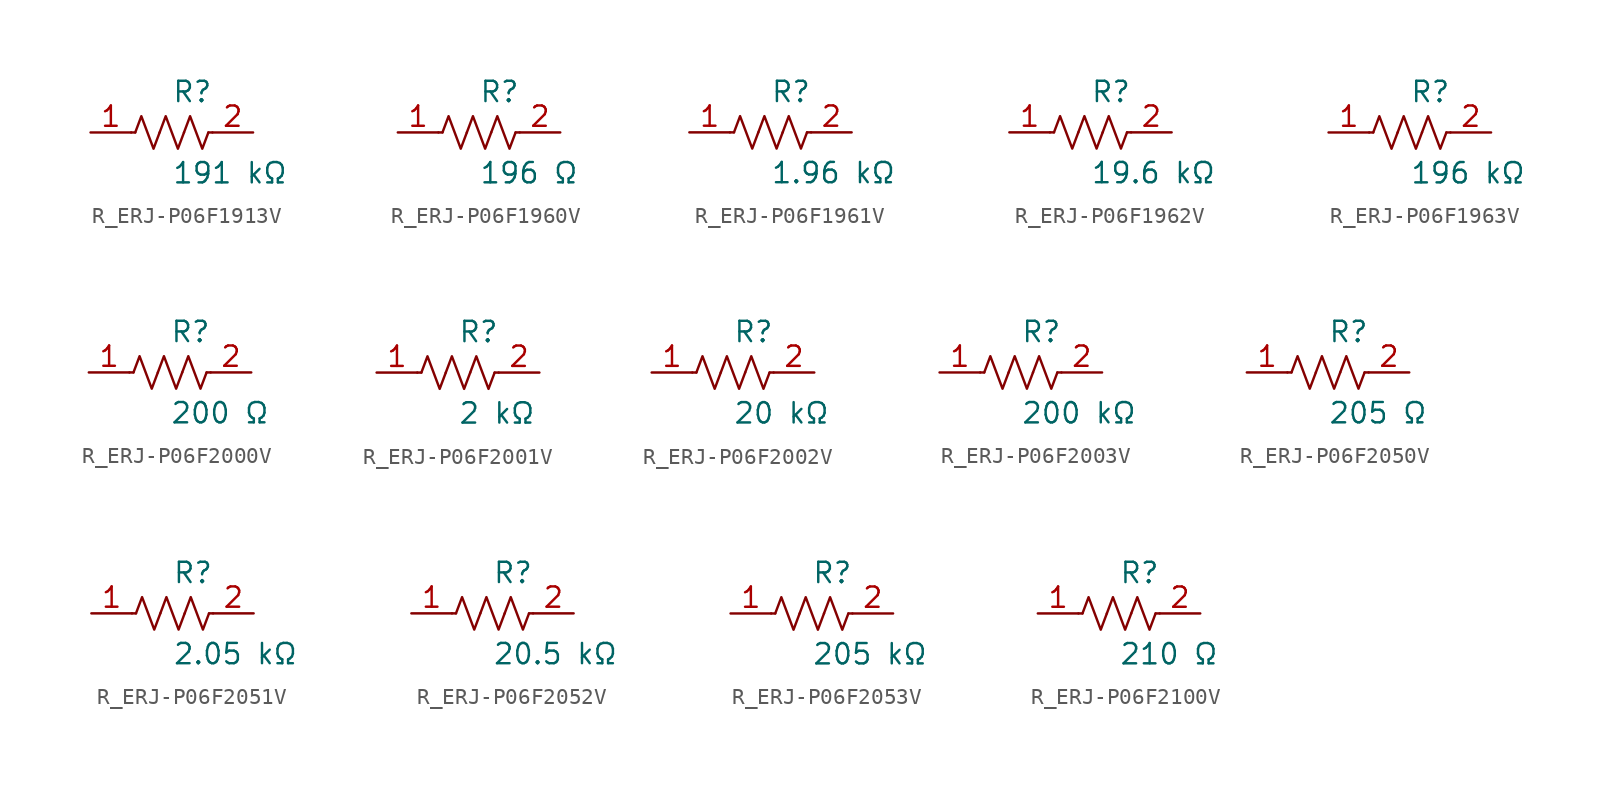
<source format=kicad_sym>
(kicad_symbol_lib
  (version 20231120)
  (generator kicad_symbol_editor)
  (generator_version 8.0)
  (symbol "R_ERJ-P06F1913V"
    (pin_names
      (offset 0.254))
    (property "Reference" "R"
      (at 0 2.54 0)
      (effects (font (size 1.27 1.27)) (justify left)))
    (property "Value" "191 kΩ"
      (at 0 -2.54 0)
      (effects (font (size 1.27 1.27)) (justify left)))
    (symbol "R_ERJ-P06F1913V_0_1"
      (polyline (pts (xy 2.286 0) (xy 2.54 0)) (stroke (width 0) (type default)) (fill (type none)))
      (polyline (pts (xy -2.286 0) (xy -2.54 0)) (stroke (width 0) (type default)) (fill (type none)))
      (polyline (pts (xy 0.762 0) (xy 1.143 1.016) (xy 1.524 0) (xy 1.905 -1.016) (xy 2.286 0)) (stroke (width 0) (type default)) (fill (type none)))
      (polyline (pts (xy -0.762 0) (xy -0.381 1.016) (xy 0 0) (xy 0.381 -1.016) (xy 0.762 0)) (stroke (width 0) (type default)) (fill (type none)))
      (polyline (pts (xy -2.286 0) (xy -1.905 1.016) (xy -1.524 0) (xy -1.143 -1.016) (xy -0.762 0)) (stroke (width 0) (type default)) (fill (type none))))
    (pin passive line
      (at -5.08 0 0)
      (length 2.54)
      (name "" (effects (font (size 1.27 1.27))))
      (number "1" (effects (font (size 1.27 1.27)))))
    (pin passive line
      (at 5.08 0 180)
      (length 2.54)
      (name "" (effects (font (size 1.27 1.27))))
      (number "2" (effects (font (size 1.27 1.27))))))
  (symbol "R_ERJ-P06F1960V"
    (pin_names
      (offset 0.254))
    (property "Reference" "R"
      (at 0 2.54 0)
      (effects (font (size 1.27 1.27)) (justify left)))
    (property "Value" "196 Ω"
      (at 0 -2.54 0)
      (effects (font (size 1.27 1.27)) (justify left)))
    (symbol "R_ERJ-P06F1960V_0_1"
      (polyline (pts (xy 2.286 0) (xy 2.54 0)) (stroke (width 0) (type default)) (fill (type none)))
      (polyline (pts (xy -2.286 0) (xy -2.54 0)) (stroke (width 0) (type default)) (fill (type none)))
      (polyline (pts (xy 0.762 0) (xy 1.143 1.016) (xy 1.524 0) (xy 1.905 -1.016) (xy 2.286 0)) (stroke (width 0) (type default)) (fill (type none)))
      (polyline (pts (xy -0.762 0) (xy -0.381 1.016) (xy 0 0) (xy 0.381 -1.016) (xy 0.762 0)) (stroke (width 0) (type default)) (fill (type none)))
      (polyline (pts (xy -2.286 0) (xy -1.905 1.016) (xy -1.524 0) (xy -1.143 -1.016) (xy -0.762 0)) (stroke (width 0) (type default)) (fill (type none))))
    (pin passive line
      (at -5.08 0 0)
      (length 2.54)
      (name "" (effects (font (size 1.27 1.27))))
      (number "1" (effects (font (size 1.27 1.27)))))
    (pin passive line
      (at 5.08 0 180)
      (length 2.54)
      (name "" (effects (font (size 1.27 1.27))))
      (number "2" (effects (font (size 1.27 1.27))))))
  (symbol "R_ERJ-P06F1961V"
    (pin_names
      (offset 0.254))
    (property "Reference" "R"
      (at 0 2.54 0)
      (effects (font (size 1.27 1.27)) (justify left)))
    (property "Value" "1.96 kΩ"
      (at 0 -2.54 0)
      (effects (font (size 1.27 1.27)) (justify left)))
    (symbol "R_ERJ-P06F1961V_0_1"
      (polyline (pts (xy 2.286 0) (xy 2.54 0)) (stroke (width 0) (type default)) (fill (type none)))
      (polyline (pts (xy -2.286 0) (xy -2.54 0)) (stroke (width 0) (type default)) (fill (type none)))
      (polyline (pts (xy 0.762 0) (xy 1.143 1.016) (xy 1.524 0) (xy 1.905 -1.016) (xy 2.286 0)) (stroke (width 0) (type default)) (fill (type none)))
      (polyline (pts (xy -0.762 0) (xy -0.381 1.016) (xy 0 0) (xy 0.381 -1.016) (xy 0.762 0)) (stroke (width 0) (type default)) (fill (type none)))
      (polyline (pts (xy -2.286 0) (xy -1.905 1.016) (xy -1.524 0) (xy -1.143 -1.016) (xy -0.762 0)) (stroke (width 0) (type default)) (fill (type none))))
    (pin passive line
      (at -5.08 0 0)
      (length 2.54)
      (name "" (effects (font (size 1.27 1.27))))
      (number "1" (effects (font (size 1.27 1.27)))))
    (pin passive line
      (at 5.08 0 180)
      (length 2.54)
      (name "" (effects (font (size 1.27 1.27))))
      (number "2" (effects (font (size 1.27 1.27))))))
  (symbol "R_ERJ-P06F1962V"
    (pin_names
      (offset 0.254))
    (property "Reference" "R"
      (at 0 2.54 0)
      (effects (font (size 1.27 1.27)) (justify left)))
    (property "Value" "19.6 kΩ"
      (at 0 -2.54 0)
      (effects (font (size 1.27 1.27)) (justify left)))
    (symbol "R_ERJ-P06F1962V_0_1"
      (polyline (pts (xy 2.286 0) (xy 2.54 0)) (stroke (width 0) (type default)) (fill (type none)))
      (polyline (pts (xy -2.286 0) (xy -2.54 0)) (stroke (width 0) (type default)) (fill (type none)))
      (polyline (pts (xy 0.762 0) (xy 1.143 1.016) (xy 1.524 0) (xy 1.905 -1.016) (xy 2.286 0)) (stroke (width 0) (type default)) (fill (type none)))
      (polyline (pts (xy -0.762 0) (xy -0.381 1.016) (xy 0 0) (xy 0.381 -1.016) (xy 0.762 0)) (stroke (width 0) (type default)) (fill (type none)))
      (polyline (pts (xy -2.286 0) (xy -1.905 1.016) (xy -1.524 0) (xy -1.143 -1.016) (xy -0.762 0)) (stroke (width 0) (type default)) (fill (type none))))
    (pin passive line
      (at -5.08 0 0)
      (length 2.54)
      (name "" (effects (font (size 1.27 1.27))))
      (number "1" (effects (font (size 1.27 1.27)))))
    (pin passive line
      (at 5.08 0 180)
      (length 2.54)
      (name "" (effects (font (size 1.27 1.27))))
      (number "2" (effects (font (size 1.27 1.27))))))
  (symbol "R_ERJ-P06F1963V"
    (pin_names
      (offset 0.254))
    (property "Reference" "R"
      (at 0 2.54 0)
      (effects (font (size 1.27 1.27)) (justify left)))
    (property "Value" "196 kΩ"
      (at 0 -2.54 0)
      (effects (font (size 1.27 1.27)) (justify left)))
    (symbol "R_ERJ-P06F1963V_0_1"
      (polyline (pts (xy 2.286 0) (xy 2.54 0)) (stroke (width 0) (type default)) (fill (type none)))
      (polyline (pts (xy -2.286 0) (xy -2.54 0)) (stroke (width 0) (type default)) (fill (type none)))
      (polyline (pts (xy 0.762 0) (xy 1.143 1.016) (xy 1.524 0) (xy 1.905 -1.016) (xy 2.286 0)) (stroke (width 0) (type default)) (fill (type none)))
      (polyline (pts (xy -0.762 0) (xy -0.381 1.016) (xy 0 0) (xy 0.381 -1.016) (xy 0.762 0)) (stroke (width 0) (type default)) (fill (type none)))
      (polyline (pts (xy -2.286 0) (xy -1.905 1.016) (xy -1.524 0) (xy -1.143 -1.016) (xy -0.762 0)) (stroke (width 0) (type default)) (fill (type none))))
    (pin passive line
      (at -5.08 0 0)
      (length 2.54)
      (name "" (effects (font (size 1.27 1.27))))
      (number "1" (effects (font (size 1.27 1.27)))))
    (pin passive line
      (at 5.08 0 180)
      (length 2.54)
      (name "" (effects (font (size 1.27 1.27))))
      (number "2" (effects (font (size 1.27 1.27))))))
  (symbol "R_ERJ-P06F2000V"
    (pin_names
      (offset 0.254))
    (property "Reference" "R"
      (at 0 2.54 0)
      (effects (font (size 1.27 1.27)) (justify left)))
    (property "Value" "200 Ω"
      (at 0 -2.54 0)
      (effects (font (size 1.27 1.27)) (justify left)))
    (symbol "R_ERJ-P06F2000V_0_1"
      (polyline (pts (xy 2.286 0) (xy 2.54 0)) (stroke (width 0) (type default)) (fill (type none)))
      (polyline (pts (xy -2.286 0) (xy -2.54 0)) (stroke (width 0) (type default)) (fill (type none)))
      (polyline (pts (xy 0.762 0) (xy 1.143 1.016) (xy 1.524 0) (xy 1.905 -1.016) (xy 2.286 0)) (stroke (width 0) (type default)) (fill (type none)))
      (polyline (pts (xy -0.762 0) (xy -0.381 1.016) (xy 0 0) (xy 0.381 -1.016) (xy 0.762 0)) (stroke (width 0) (type default)) (fill (type none)))
      (polyline (pts (xy -2.286 0) (xy -1.905 1.016) (xy -1.524 0) (xy -1.143 -1.016) (xy -0.762 0)) (stroke (width 0) (type default)) (fill (type none))))
    (pin passive line
      (at -5.08 0 0)
      (length 2.54)
      (name "" (effects (font (size 1.27 1.27))))
      (number "1" (effects (font (size 1.27 1.27)))))
    (pin passive line
      (at 5.08 0 180)
      (length 2.54)
      (name "" (effects (font (size 1.27 1.27))))
      (number "2" (effects (font (size 1.27 1.27))))))
  (symbol "R_ERJ-P06F2001V"
    (pin_names
      (offset 0.254))
    (property "Reference" "R"
      (at 0 2.54 0)
      (effects (font (size 1.27 1.27)) (justify left)))
    (property "Value" "2 kΩ"
      (at 0 -2.54 0)
      (effects (font (size 1.27 1.27)) (justify left)))
    (symbol "R_ERJ-P06F2001V_0_1"
      (polyline (pts (xy 2.286 0) (xy 2.54 0)) (stroke (width 0) (type default)) (fill (type none)))
      (polyline (pts (xy -2.286 0) (xy -2.54 0)) (stroke (width 0) (type default)) (fill (type none)))
      (polyline (pts (xy 0.762 0) (xy 1.143 1.016) (xy 1.524 0) (xy 1.905 -1.016) (xy 2.286 0)) (stroke (width 0) (type default)) (fill (type none)))
      (polyline (pts (xy -0.762 0) (xy -0.381 1.016) (xy 0 0) (xy 0.381 -1.016) (xy 0.762 0)) (stroke (width 0) (type default)) (fill (type none)))
      (polyline (pts (xy -2.286 0) (xy -1.905 1.016) (xy -1.524 0) (xy -1.143 -1.016) (xy -0.762 0)) (stroke (width 0) (type default)) (fill (type none))))
    (pin passive line
      (at -5.08 0 0)
      (length 2.54)
      (name "" (effects (font (size 1.27 1.27))))
      (number "1" (effects (font (size 1.27 1.27)))))
    (pin passive line
      (at 5.08 0 180)
      (length 2.54)
      (name "" (effects (font (size 1.27 1.27))))
      (number "2" (effects (font (size 1.27 1.27))))))
  (symbol "R_ERJ-P06F2002V"
    (pin_names
      (offset 0.254))
    (property "Reference" "R"
      (at 0 2.54 0)
      (effects (font (size 1.27 1.27)) (justify left)))
    (property "Value" "20 kΩ"
      (at 0 -2.54 0)
      (effects (font (size 1.27 1.27)) (justify left)))
    (symbol "R_ERJ-P06F2002V_0_1"
      (polyline (pts (xy 2.286 0) (xy 2.54 0)) (stroke (width 0) (type default)) (fill (type none)))
      (polyline (pts (xy -2.286 0) (xy -2.54 0)) (stroke (width 0) (type default)) (fill (type none)))
      (polyline (pts (xy 0.762 0) (xy 1.143 1.016) (xy 1.524 0) (xy 1.905 -1.016) (xy 2.286 0)) (stroke (width 0) (type default)) (fill (type none)))
      (polyline (pts (xy -0.762 0) (xy -0.381 1.016) (xy 0 0) (xy 0.381 -1.016) (xy 0.762 0)) (stroke (width 0) (type default)) (fill (type none)))
      (polyline (pts (xy -2.286 0) (xy -1.905 1.016) (xy -1.524 0) (xy -1.143 -1.016) (xy -0.762 0)) (stroke (width 0) (type default)) (fill (type none))))
    (pin passive line
      (at -5.08 0 0)
      (length 2.54)
      (name "" (effects (font (size 1.27 1.27))))
      (number "1" (effects (font (size 1.27 1.27)))))
    (pin passive line
      (at 5.08 0 180)
      (length 2.54)
      (name "" (effects (font (size 1.27 1.27))))
      (number "2" (effects (font (size 1.27 1.27))))))
  (symbol "R_ERJ-P06F2003V"
    (pin_names
      (offset 0.254))
    (property "Reference" "R"
      (at 0 2.54 0)
      (effects (font (size 1.27 1.27)) (justify left)))
    (property "Value" "200 kΩ"
      (at 0 -2.54 0)
      (effects (font (size 1.27 1.27)) (justify left)))
    (symbol "R_ERJ-P06F2003V_0_1"
      (polyline (pts (xy 2.286 0) (xy 2.54 0)) (stroke (width 0) (type default)) (fill (type none)))
      (polyline (pts (xy -2.286 0) (xy -2.54 0)) (stroke (width 0) (type default)) (fill (type none)))
      (polyline (pts (xy 0.762 0) (xy 1.143 1.016) (xy 1.524 0) (xy 1.905 -1.016) (xy 2.286 0)) (stroke (width 0) (type default)) (fill (type none)))
      (polyline (pts (xy -0.762 0) (xy -0.381 1.016) (xy 0 0) (xy 0.381 -1.016) (xy 0.762 0)) (stroke (width 0) (type default)) (fill (type none)))
      (polyline (pts (xy -2.286 0) (xy -1.905 1.016) (xy -1.524 0) (xy -1.143 -1.016) (xy -0.762 0)) (stroke (width 0) (type default)) (fill (type none))))
    (pin passive line
      (at -5.08 0 0)
      (length 2.54)
      (name "" (effects (font (size 1.27 1.27))))
      (number "1" (effects (font (size 1.27 1.27)))))
    (pin passive line
      (at 5.08 0 180)
      (length 2.54)
      (name "" (effects (font (size 1.27 1.27))))
      (number "2" (effects (font (size 1.27 1.27))))))
  (symbol "R_ERJ-P06F2050V"
    (pin_names
      (offset 0.254))
    (property "Reference" "R"
      (at 0 2.54 0)
      (effects (font (size 1.27 1.27)) (justify left)))
    (property "Value" "205 Ω"
      (at 0 -2.54 0)
      (effects (font (size 1.27 1.27)) (justify left)))
    (symbol "R_ERJ-P06F2050V_0_1"
      (polyline (pts (xy 2.286 0) (xy 2.54 0)) (stroke (width 0) (type default)) (fill (type none)))
      (polyline (pts (xy -2.286 0) (xy -2.54 0)) (stroke (width 0) (type default)) (fill (type none)))
      (polyline (pts (xy 0.762 0) (xy 1.143 1.016) (xy 1.524 0) (xy 1.905 -1.016) (xy 2.286 0)) (stroke (width 0) (type default)) (fill (type none)))
      (polyline (pts (xy -0.762 0) (xy -0.381 1.016) (xy 0 0) (xy 0.381 -1.016) (xy 0.762 0)) (stroke (width 0) (type default)) (fill (type none)))
      (polyline (pts (xy -2.286 0) (xy -1.905 1.016) (xy -1.524 0) (xy -1.143 -1.016) (xy -0.762 0)) (stroke (width 0) (type default)) (fill (type none))))
    (pin passive line
      (at -5.08 0 0)
      (length 2.54)
      (name "" (effects (font (size 1.27 1.27))))
      (number "1" (effects (font (size 1.27 1.27)))))
    (pin passive line
      (at 5.08 0 180)
      (length 2.54)
      (name "" (effects (font (size 1.27 1.27))))
      (number "2" (effects (font (size 1.27 1.27))))))
  (symbol "R_ERJ-P06F2051V"
    (pin_names
      (offset 0.254))
    (property "Reference" "R"
      (at 0 2.54 0)
      (effects (font (size 1.27 1.27)) (justify left)))
    (property "Value" "2.05 kΩ"
      (at 0 -2.54 0)
      (effects (font (size 1.27 1.27)) (justify left)))
    (symbol "R_ERJ-P06F2051V_0_1"
      (polyline (pts (xy 2.286 0) (xy 2.54 0)) (stroke (width 0) (type default)) (fill (type none)))
      (polyline (pts (xy -2.286 0) (xy -2.54 0)) (stroke (width 0) (type default)) (fill (type none)))
      (polyline (pts (xy 0.762 0) (xy 1.143 1.016) (xy 1.524 0) (xy 1.905 -1.016) (xy 2.286 0)) (stroke (width 0) (type default)) (fill (type none)))
      (polyline (pts (xy -0.762 0) (xy -0.381 1.016) (xy 0 0) (xy 0.381 -1.016) (xy 0.762 0)) (stroke (width 0) (type default)) (fill (type none)))
      (polyline (pts (xy -2.286 0) (xy -1.905 1.016) (xy -1.524 0) (xy -1.143 -1.016) (xy -0.762 0)) (stroke (width 0) (type default)) (fill (type none))))
    (pin passive line
      (at -5.08 0 0)
      (length 2.54)
      (name "" (effects (font (size 1.27 1.27))))
      (number "1" (effects (font (size 1.27 1.27)))))
    (pin passive line
      (at 5.08 0 180)
      (length 2.54)
      (name "" (effects (font (size 1.27 1.27))))
      (number "2" (effects (font (size 1.27 1.27))))))
  (symbol "R_ERJ-P06F2052V"
    (pin_names
      (offset 0.254))
    (property "Reference" "R"
      (at 0 2.54 0)
      (effects (font (size 1.27 1.27)) (justify left)))
    (property "Value" "20.5 kΩ"
      (at 0 -2.54 0)
      (effects (font (size 1.27 1.27)) (justify left)))
    (symbol "R_ERJ-P06F2052V_0_1"
      (polyline (pts (xy 2.286 0) (xy 2.54 0)) (stroke (width 0) (type default)) (fill (type none)))
      (polyline (pts (xy -2.286 0) (xy -2.54 0)) (stroke (width 0) (type default)) (fill (type none)))
      (polyline (pts (xy 0.762 0) (xy 1.143 1.016) (xy 1.524 0) (xy 1.905 -1.016) (xy 2.286 0)) (stroke (width 0) (type default)) (fill (type none)))
      (polyline (pts (xy -0.762 0) (xy -0.381 1.016) (xy 0 0) (xy 0.381 -1.016) (xy 0.762 0)) (stroke (width 0) (type default)) (fill (type none)))
      (polyline (pts (xy -2.286 0) (xy -1.905 1.016) (xy -1.524 0) (xy -1.143 -1.016) (xy -0.762 0)) (stroke (width 0) (type default)) (fill (type none))))
    (pin passive line
      (at -5.08 0 0)
      (length 2.54)
      (name "" (effects (font (size 1.27 1.27))))
      (number "1" (effects (font (size 1.27 1.27)))))
    (pin passive line
      (at 5.08 0 180)
      (length 2.54)
      (name "" (effects (font (size 1.27 1.27))))
      (number "2" (effects (font (size 1.27 1.27))))))
  (symbol "R_ERJ-P06F2053V"
    (pin_names
      (offset 0.254))
    (property "Reference" "R"
      (at 0 2.54 0)
      (effects (font (size 1.27 1.27)) (justify left)))
    (property "Value" "205 kΩ"
      (at 0 -2.54 0)
      (effects (font (size 1.27 1.27)) (justify left)))
    (symbol "R_ERJ-P06F2053V_0_1"
      (polyline (pts (xy 2.286 0) (xy 2.54 0)) (stroke (width 0) (type default)) (fill (type none)))
      (polyline (pts (xy -2.286 0) (xy -2.54 0)) (stroke (width 0) (type default)) (fill (type none)))
      (polyline (pts (xy 0.762 0) (xy 1.143 1.016) (xy 1.524 0) (xy 1.905 -1.016) (xy 2.286 0)) (stroke (width 0) (type default)) (fill (type none)))
      (polyline (pts (xy -0.762 0) (xy -0.381 1.016) (xy 0 0) (xy 0.381 -1.016) (xy 0.762 0)) (stroke (width 0) (type default)) (fill (type none)))
      (polyline (pts (xy -2.286 0) (xy -1.905 1.016) (xy -1.524 0) (xy -1.143 -1.016) (xy -0.762 0)) (stroke (width 0) (type default)) (fill (type none))))
    (pin passive line
      (at -5.08 0 0)
      (length 2.54)
      (name "" (effects (font (size 1.27 1.27))))
      (number "1" (effects (font (size 1.27 1.27)))))
    (pin passive line
      (at 5.08 0 180)
      (length 2.54)
      (name "" (effects (font (size 1.27 1.27))))
      (number "2" (effects (font (size 1.27 1.27))))))
  (symbol "R_ERJ-P06F2100V"
    (pin_names
      (offset 0.254))
    (property "Reference" "R"
      (at 0 2.54 0)
      (effects (font (size 1.27 1.27)) (justify left)))
    (property "Value" "210 Ω"
      (at 0 -2.54 0)
      (effects (font (size 1.27 1.27)) (justify left)))
    (symbol "R_ERJ-P06F2100V_0_1"
      (polyline (pts (xy 2.286 0) (xy 2.54 0)) (stroke (width 0) (type default)) (fill (type none)))
      (polyline (pts (xy -2.286 0) (xy -2.54 0)) (stroke (width 0) (type default)) (fill (type none)))
      (polyline (pts (xy 0.762 0) (xy 1.143 1.016) (xy 1.524 0) (xy 1.905 -1.016) (xy 2.286 0)) (stroke (width 0) (type default)) (fill (type none)))
      (polyline (pts (xy -0.762 0) (xy -0.381 1.016) (xy 0 0) (xy 0.381 -1.016) (xy 0.762 0)) (stroke (width 0) (type default)) (fill (type none)))
      (polyline (pts (xy -2.286 0) (xy -1.905 1.016) (xy -1.524 0) (xy -1.143 -1.016) (xy -0.762 0)) (stroke (width 0) (type default)) (fill (type none))))
    (pin passive line
      (at -5.08 0 0)
      (length 2.54)
      (name "" (effects (font (size 1.27 1.27))))
      (number "1" (effects (font (size 1.27 1.27)))))
    (pin passive line
      (at 5.08 0 180)
      (length 2.54)
      (name "" (effects (font (size 1.27 1.27))))
      (number "2" (effects (font (size 1.27 1.27)))))))
</source>
